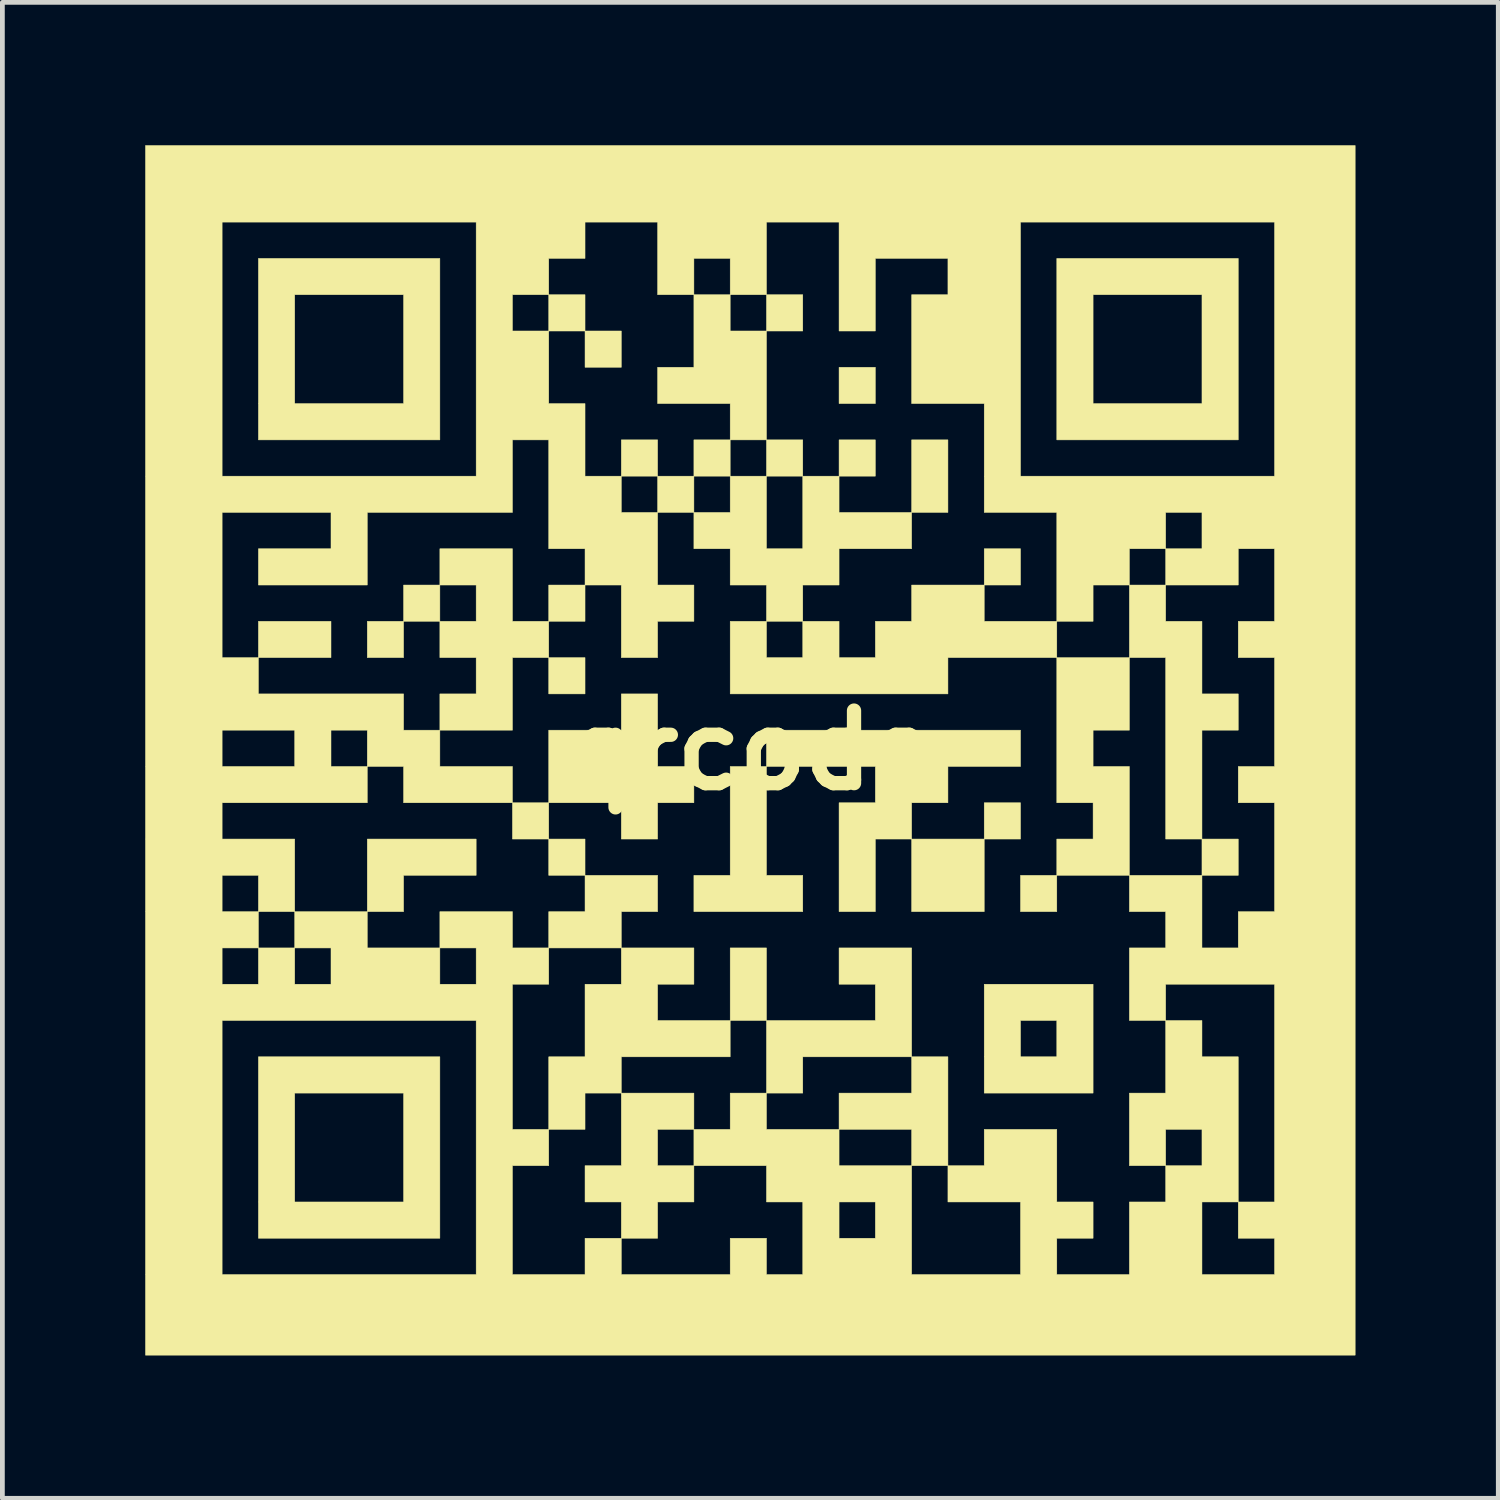
<source format=kicad_pcb>
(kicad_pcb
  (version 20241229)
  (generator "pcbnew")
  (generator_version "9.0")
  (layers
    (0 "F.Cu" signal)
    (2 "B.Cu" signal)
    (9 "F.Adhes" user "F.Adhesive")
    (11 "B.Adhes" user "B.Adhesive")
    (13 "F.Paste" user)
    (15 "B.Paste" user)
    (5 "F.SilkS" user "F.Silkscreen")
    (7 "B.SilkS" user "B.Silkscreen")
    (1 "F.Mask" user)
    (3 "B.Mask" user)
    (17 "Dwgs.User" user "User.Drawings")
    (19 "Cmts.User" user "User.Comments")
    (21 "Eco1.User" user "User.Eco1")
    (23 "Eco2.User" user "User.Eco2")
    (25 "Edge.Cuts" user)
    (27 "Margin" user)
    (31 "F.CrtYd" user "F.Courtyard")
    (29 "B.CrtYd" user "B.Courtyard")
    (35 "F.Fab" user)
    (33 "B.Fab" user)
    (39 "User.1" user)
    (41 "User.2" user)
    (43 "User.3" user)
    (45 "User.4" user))
  (footprint "qrcode"
    (layer "F.Cu")
    (at 12.705 12.705)
    (property "Reference" "qrcode" (at 0 0 0) (layer "F.SilkS") (effects (font (size 1.524 1.524) (thickness 0.3))))
    (attr through_hole)
    (fp_poly (pts (xy -8.805 -1.947) (xy -10.329 -1.947) (xy -10.329 -2.709) (xy -8.805 -2.709) (xy -8.805 -1.947)) (stroke (width 0.01) (type solid)) (fill yes) (layer "F.SilkS"))
    (fp_poly (pts (xy -7.281 -1.947) (xy -8.043 -1.947) (xy -8.043 -2.709) (xy -7.281 -2.709) (xy -7.281 -1.947)) (stroke (width 0.01) (type solid)) (fill yes) (layer "F.SilkS"))
    (fp_poly (pts (xy -4.995 1.863) (xy -4.995 1.101) (xy -4.233 1.101) (xy -4.233 1.863) (xy -4.995 1.863)) (stroke (width 0.01) (type solid)) (fill yes) (layer "F.SilkS"))
    (fp_poly (pts (xy -4.233 -8.805) (xy -4.233 -9.567) (xy -3.471 -9.567) (xy -3.471 -8.805) (xy -4.233 -8.805)) (stroke (width 0.01) (type solid)) (fill yes) (layer "F.SilkS"))
    (fp_poly (pts (xy -4.233 -3.471) (xy -3.471 -3.471) (xy -3.471 -2.709) (xy -4.233 -2.709) (xy -4.233 -3.471)) (stroke (width 0.01) (type solid)) (fill yes) (layer "F.SilkS"))
    (fp_poly (pts (xy -4.233 2.625) (xy -4.233 1.863) (xy -3.471 1.863) (xy -3.471 2.625) (xy -4.233 2.625)) (stroke (width 0.01) (type solid)) (fill yes) (layer "F.SilkS"))
    (fp_poly (pts (xy -3.471 -1.185) (xy -4.233 -1.185) (xy -4.233 -1.947) (xy -3.471 -1.947) (xy -3.471 -1.185)) (stroke (width 0.01) (type solid)) (fill yes) (layer "F.SilkS"))
    (fp_poly (pts (xy -2.709 -8.805) (xy -2.709 -8.043) (xy -3.471 -8.043) (xy -3.471 -8.805) (xy -2.709 -8.805)) (stroke (width 0.01) (type solid)) (fill yes) (layer "F.SilkS"))
    (fp_poly (pts (xy -2.709 -5.757) (xy -2.709 -6.519) (xy -1.947 -6.519) (xy -1.947 -5.757) (xy -2.709 -5.757)) (stroke (width 0.01) (type solid)) (fill yes) (layer "F.SilkS"))
    (fp_poly (pts (xy -1.947 -4.995) (xy -1.947 -5.757) (xy -1.185 -5.757) (xy -1.185 -4.995) (xy -1.947 -4.995)) (stroke (width 0.01) (type solid)) (fill yes) (layer "F.SilkS"))
    (fp_poly (pts (xy -1.185 -6.519) (xy -0.423 -6.519) (xy -0.423 -5.757) (xy -1.185 -5.757) (xy -1.185 -6.519)) (stroke (width 0.01) (type solid)) (fill yes) (layer "F.SilkS"))
    (fp_poly (pts (xy -0.423 5.673) (xy -0.423 4.149) (xy 0.339 4.149) (xy 0.339 5.673) (xy -0.423 5.673)) (stroke (width 0.01) (type solid)) (fill yes) (layer "F.SilkS"))
    (fp_poly (pts (xy 0.339 -9.567) (xy 1.101 -9.567) (xy 1.101 -8.805) (xy 0.339 -8.805) (xy 0.339 -9.567)) (stroke (width 0.01) (type solid)) (fill yes) (layer "F.SilkS"))
    (fp_poly (pts (xy 1.863 -6.519) (xy 2.625 -6.519) (xy 2.625 -5.757) (xy 1.863 -5.757) (xy 1.863 -6.519)) (stroke (width 0.01) (type solid)) (fill yes) (layer "F.SilkS"))
    (fp_poly (pts (xy 2.625 -7.281) (xy 1.863 -7.281) (xy 1.863 -8.043) (xy 2.625 -8.043) (xy 2.625 -7.281)) (stroke (width 0.01) (type solid)) (fill yes) (layer "F.SilkS"))
    (fp_poly (pts (xy 3.387 -6.519) (xy 4.149 -6.519) (xy 4.149 -4.995) (xy 3.387 -4.995) (xy 3.387 -6.519)) (stroke (width 0.01) (type solid)) (fill yes) (layer "F.SilkS"))
    (fp_poly (pts (xy 4.911 -4.233) (xy 5.673 -4.233) (xy 5.673 -3.471) (xy 4.911 -3.471) (xy 4.911 -4.233)) (stroke (width 0.01) (type solid)) (fill yes) (layer "F.SilkS"))
    (fp_poly (pts (xy 4.911 1.101) (xy 5.673 1.101) (xy 5.673 1.863) (xy 4.911 1.863) (xy 4.911 1.101)) (stroke (width 0.01) (type solid)) (fill yes) (layer "F.SilkS"))
    (fp_poly (pts (xy 4.911 3.387) (xy 3.387 3.387) (xy 3.387 1.863) (xy 4.911 1.863) (xy 4.911 3.387)) (stroke (width 0.01) (type solid)) (fill yes) (layer "F.SilkS"))
    (fp_poly (pts (xy 6.435 3.387) (xy 5.673 3.387) (xy 5.673 2.625) (xy 6.435 2.625) (xy 6.435 3.387)) (stroke (width 0.01) (type solid)) (fill yes) (layer "F.SilkS"))
    (fp_poly (pts (xy 10.245 1.863) (xy 10.245 2.625) (xy 9.483 2.625) (xy 9.483 1.863) (xy 10.245 1.863)) (stroke (width 0.01) (type solid)) (fill yes) (layer "F.SilkS"))
    (fp_poly (pts (xy -5.757 2.625) (xy -7.281 2.625) (xy -7.281 3.387) (xy -8.043 3.387) (xy -8.043 1.863) (xy -5.757 1.863) (xy -5.757 2.625)) (stroke (width 0.01) (type solid)) (fill yes) (layer "F.SilkS"))
    (fp_poly (pts (xy -4.233 4.149) (xy -4.233 3.387) (xy -3.471 3.387) (xy -3.471 2.625) (xy -1.947 2.625) (xy -1.947 3.387) (xy -2.709 3.387) (xy -2.709 4.149) (xy -4.233 4.149)) (stroke (width 0.01) (type solid)) (fill yes) (layer "F.SilkS"))
    (fp_poly (pts (xy 0.339 2.625) (xy 1.101 2.625) (xy 1.101 3.387) (xy -1.185 3.387) (xy -1.185 2.625) (xy -0.423 2.625) (xy -0.423 0.339) (xy 0.339 0.339) (xy 0.339 2.625)) (stroke (width 0.01) (type solid)) (fill yes) (layer "F.SilkS"))
    (fp_poly (pts (xy 4.149 8.721) (xy 3.387 8.721) (xy 3.387 7.959) (xy 1.863 7.959) (xy 1.863 7.197) (xy 3.387 7.197) (xy 3.387 6.435) (xy 4.149 6.435) (xy 4.149 8.721)) (stroke (width 0.01) (type solid)) (fill yes) (layer "F.SilkS"))
    (fp_poly (pts (xy 0.339 -6.519) (xy -0.423 -6.519) (xy -0.423 -7.281) (xy -1.947 -7.281) (xy -1.947 -8.043) (xy -1.185 -8.043) (xy -1.185 -9.567) (xy -0.423 -9.567) (xy -0.423 -8.805) (xy 0.339 -8.805) (xy 0.339 -6.519)) (stroke (width 0.01) (type solid)) (fill yes) (layer "F.SilkS"))
    (fp_poly (pts (xy 2.625 5.673) (xy 2.625 4.911) (xy 1.863 4.911) (xy 1.863 4.149) (xy 3.387 4.149) (xy 3.387 6.435) (xy 1.101 6.435) (xy 1.101 7.197) (xy 0.339 7.197) (xy 0.339 5.673) (xy 2.625 5.673)) (stroke (width 0.01) (type solid)) (fill yes) (layer "F.SilkS"))
    (fp_poly (pts (xy -6.519 -6.519) (xy -10.329 -6.519) (xy -10.329 -9.567) (xy -9.567 -9.567) (xy -9.567 -7.281) (xy -7.281 -7.281) (xy -7.281 -9.567) (xy -9.567 -9.567) (xy -10.329 -9.567) (xy -10.329 -10.329) (xy -6.519 -10.329) (xy -6.519 -6.519)) (stroke (width 0.01) (type solid)) (fill yes) (layer "F.SilkS"))
    (fp_poly (pts (xy -6.519 10.245) (xy -10.329 10.245) (xy -10.329 7.197) (xy -9.567 7.197) (xy -9.567 9.483) (xy -7.281 9.483) (xy -7.281 7.197) (xy -9.567 7.197) (xy -10.329 7.197) (xy -10.329 6.435) (xy -6.519 6.435) (xy -6.519 10.245)) (stroke (width 0.01) (type solid)) (fill yes) (layer "F.SilkS"))
    (fp_poly (pts (xy 7.197 7.197) (xy 4.911 7.197) (xy 4.911 5.673) (xy 5.673 5.673) (xy 5.673 6.435) (xy 6.435 6.435) (xy 6.435 5.673) (xy 5.673 5.673) (xy 4.911 5.673) (xy 4.911 4.911) (xy 7.197 4.911) (xy 7.197 7.197)) (stroke (width 0.01) (type solid)) (fill yes) (layer "F.SilkS"))
    (fp_poly (pts (xy 10.245 -6.519) (xy 6.435 -6.519) (xy 6.435 -9.567) (xy 7.197 -9.567) (xy 7.197 -7.281) (xy 9.483 -7.281) (xy 9.483 -9.567) (xy 7.197 -9.567) (xy 6.435 -9.567) (xy 6.435 -10.329) (xy 10.245 -10.329) (xy 10.245 -6.519)) (stroke (width 0.01) (type solid)) (fill yes) (layer "F.SilkS"))
    (fp_poly (pts (xy -4.233 -0.423) (xy -2.709 -0.423) (xy -2.709 -1.185) (xy -1.947 -1.185) (xy -1.947 0.339) (xy -1.185 0.339) (xy -1.185 1.101) (xy -1.947 1.101) (xy -1.947 1.863) (xy -2.709 1.863) (xy -2.709 1.101) (xy -4.233 1.101) (xy -4.233 -0.423)) (stroke (width 0.01) (type solid)) (fill yes) (layer "F.SilkS"))
    (fp_poly (pts (xy 7.959 -0.423) (xy 7.197 -0.423) (xy 7.197 0.339) (xy 7.959 0.339) (xy 7.959 2.625) (xy 6.435 2.625) (xy 6.435 1.863) (xy 7.197 1.863) (xy 7.197 1.101) (xy 6.435 1.101) (xy 6.435 -1.947) (xy 7.959 -1.947) (xy 7.959 -0.423)) (stroke (width 0.01) (type solid)) (fill yes) (layer "F.SilkS"))
    (fp_poly (pts (xy 8.721 1.863) (xy 8.721 -1.947) (xy 7.959 -1.947) (xy 7.959 -3.471) (xy 8.721 -3.471) (xy 8.721 -2.709) (xy 9.483 -2.709) (xy 9.483 -1.185) (xy 10.245 -1.185) (xy 10.245 -0.423) (xy 9.483 -0.423) (xy 9.483 1.863) (xy 8.721 1.863)) (stroke (width 0.01) (type solid)) (fill yes) (layer "F.SilkS"))
    (fp_poly (pts (xy -1.185 7.959) (xy -1.947 7.959) (xy -1.947 8.721) (xy -1.185 8.721) (xy -1.185 9.483) (xy -1.947 9.483) (xy -1.947 10.245) (xy -2.709 10.245) (xy -2.709 9.483) (xy -3.471 9.483) (xy -3.471 8.721) (xy -2.709 8.721) (xy -2.709 7.197) (xy -1.185 7.197) (xy -1.185 7.959)) (stroke (width 0.01) (type solid)) (fill yes) (layer "F.SilkS"))
    (fp_poly (pts (xy 2.625 1.863) (xy 2.625 3.387) (xy 1.863 3.387) (xy 1.863 1.101) (xy 2.625 1.101) (xy 2.625 0.339) (xy 0.339 0.339) (xy 0.339 -0.423) (xy 5.673 -0.423) (xy 5.673 0.339) (xy 4.149 0.339) (xy 4.149 1.101) (xy 3.387 1.101) (xy 3.387 1.863) (xy 2.625 1.863)) (stroke (width 0.01) (type solid)) (fill yes) (layer "F.SilkS"))
    (fp_poly (pts (xy -0.423 6.435) (xy -2.709 6.435) (xy -2.709 7.197) (xy -3.471 7.197) (xy -3.471 7.959) (xy -4.233 7.959) (xy -4.233 6.435) (xy -3.471 6.435) (xy -3.471 4.911) (xy -2.709 4.911) (xy -2.709 4.149) (xy -1.185 4.149) (xy -1.185 4.911) (xy -1.947 4.911) (xy -1.947 5.673) (xy -0.423 5.673) (xy -0.423 6.435)) (stroke (width 0.01) (type solid)) (fill yes) (layer "F.SilkS"))
    (fp_poly (pts (xy 4.911 -2.709) (xy 6.435 -2.709) (xy 6.435 -1.947) (xy 4.149 -1.947) (xy 4.149 -1.185) (xy -0.423 -1.185) (xy -0.423 -2.709) (xy 0.339 -2.709) (xy 0.339 -1.947) (xy 1.101 -1.947) (xy 1.101 -2.709) (xy 1.863 -2.709) (xy 1.863 -1.947) (xy 2.625 -1.947) (xy 2.625 -2.709) (xy 3.387 -2.709) (xy 3.387 -3.471) (xy 4.911 -3.471) (xy 4.911 -2.709)) (stroke (width 0.01) (type solid)) (fill yes) (layer "F.SilkS"))
    (fp_poly (pts (xy -4.233 -1.947) (xy -4.995 -1.947) (xy -4.995 -0.423) (xy -6.519 -0.423) (xy -6.519 -1.185) (xy -5.757 -1.185) (xy -5.757 -1.947) (xy -6.519 -1.947) (xy -6.519 -2.709) (xy -7.281 -2.709) (xy -7.281 -3.471) (xy -6.519 -3.471) (xy -6.519 -2.709) (xy -5.757 -2.709) (xy -5.757 -3.471) (xy -6.519 -3.471) (xy -6.519 -4.233) (xy -4.995 -4.233) (xy -4.995 -2.709) (xy -4.233 -2.709) (xy -4.233 -1.947)) (stroke (width 0.01) (type solid)) (fill yes) (layer "F.SilkS"))
    (fp_poly (pts (xy 1.863 -4.995) (xy 3.387 -4.995) (xy 3.387 -4.233) (xy 1.863 -4.233) (xy 1.863 -3.471) (xy 1.101 -3.471) (xy 1.101 -2.709) (xy 0.339 -2.709) (xy 0.339 -3.471) (xy -0.423 -3.471) (xy -0.423 -4.233) (xy -1.185 -4.233) (xy -1.185 -4.995) (xy -0.423 -4.995) (xy -0.423 -5.757) (xy 0.339 -5.757) (xy 0.339 -4.233) (xy 1.101 -4.233) (xy 1.101 -5.757) (xy 0.339 -5.757) (xy 0.339 -6.519) (xy 1.101 -6.519) (xy 1.101 -5.757) (xy 1.863 -5.757) (xy 1.863 -4.995)) (stroke (width 0.01) (type solid)) (fill yes) (layer "F.SilkS"))
    (fp_poly (pts (xy 12.7 12.7) (xy -12.7 12.7) (xy -12.7 5.673) (xy -11.091 5.673) (xy -11.091 11.007) (xy -5.757 11.007) (xy -5.757 5.673) (xy -11.091 5.673) (xy -12.7 5.673) (xy -12.7 4.149) (xy -11.091 4.149) (xy -11.091 4.911) (xy -10.329 4.911) (xy -10.329 4.149) (xy -9.567 4.149) (xy -9.567 4.911) (xy -8.805 4.911) (xy -6.519 4.911) (xy -5.757 4.911) (xy -5.757 4.149) (xy -6.519 4.149) (xy -6.519 4.911) (xy -8.805 4.911) (xy -8.805 4.149) (xy -9.567 4.149) (xy -9.567 3.387) (xy -10.329 3.387) (xy -10.329 4.149) (xy -11.091 4.149) (xy -12.7 4.149) (xy -12.7 2.625) (xy -11.091 2.625) (xy -11.091 3.387) (xy -10.329 3.387) (xy -10.329 2.625) (xy -11.091 2.625) (xy -12.7 2.625) (xy -12.7 1.101) (xy -11.091 1.101) (xy -11.091 1.863) (xy -9.567 1.863) (xy -9.567 3.387) (xy -8.043 3.387) (xy -8.043 4.149) (xy -6.519 4.149) (xy -6.519 3.387) (xy -4.995 3.387) (xy -4.995 4.149) (xy -4.233 4.149) (xy -4.233 4.911) (xy -4.995 4.911) (xy -4.995 7.959) (xy -4.233 7.959) (xy -4.233 8.721) (xy -4.995 8.721) (xy -4.995 11.007) (xy -3.471 11.007) (xy -3.471 10.245) (xy -2.709 10.245) (xy -2.709 11.007) (xy -0.423 11.007) (xy -0.423 10.245) (xy 0.339 10.245) (xy 0.339 11.007) (xy 1.101 11.007) (xy 1.101 9.483) (xy 1.863 9.483) (xy 1.863 10.245) (xy 2.625 10.245) (xy 2.625 9.483) (xy 1.863 9.483) (xy 1.101 9.483) (xy 0.339 9.483) (xy 0.339 8.721) (xy -1.185 8.721) (xy -1.185 7.959) (xy -0.423 7.959) (xy -0.423 7.197) (xy 0.339 7.197) (xy 0.339 7.959) (xy 1.863 7.959) (xy 1.863 8.721) (xy 3.387 8.721) (xy 3.387 11.007) (xy 5.673 11.007) (xy 5.673 9.483) (xy 4.149 9.483) (xy 4.149 8.721) (xy 4.911 8.721) (xy 4.911 7.959) (xy 6.435 7.959) (xy 6.435 9.483) (xy 7.197 9.483) (xy 7.197 10.245) (xy 6.435 10.245) (xy 6.435 11.007) (xy 7.959 11.007) (xy 7.959 9.483) (xy 8.721 9.483) (xy 9.483 9.483) (xy 9.483 11.007) (xy 11.007 11.007) (xy 11.007 10.245) (xy 10.245 10.245) (xy 10.245 9.483) (xy 9.483 9.483) (xy 8.721 9.483) (xy 8.721 8.721) (xy 7.959 8.721) (xy 7.959 7.959) (xy 8.721 7.959) (xy 8.721 8.721) (xy 9.483 8.721) (xy 9.483 7.959) (xy 8.721 7.959) (xy 7.959 7.959) (xy 7.959 7.197) (xy 8.721 7.197) (xy 8.721 5.673) (xy 7.959 5.673) (xy 7.959 4.911) (xy 8.721 4.911) (xy 8.721 5.673) (xy 9.483 5.673) (xy 9.483 6.435) (xy 10.245 6.435) (xy 10.245 9.483) (xy 11.007 9.483) (xy 11.007 4.911) (xy 8.721 4.911) (xy 7.959 4.911) (xy 7.959 4.149) (xy 8.721 4.149) (xy 8.721 3.387) (xy 7.959 3.387) (xy 7.959 2.625) (xy 9.483 2.625) (xy 9.483 4.149) (xy 10.245 4.149) (xy 10.245 3.387) (xy 11.007 3.387) (xy 11.007 1.101) (xy 10.245 1.101) (xy 10.245 0.339) (xy 11.007 0.339) (xy 11.007 -1.947) (xy 10.245 -1.947) (xy 10.245 -2.709) (xy 11.007 -2.709) (xy 11.007 -4.233) (xy 10.245 -4.233) (xy 10.245 -3.471) (xy 8.721 -3.471) (xy 8.721 -4.233) (xy 7.959 -4.233) (xy 7.959 -3.471) (xy 7.197 -3.471) (xy 7.197 -2.709) (xy 6.435 -2.709) (xy 6.435 -4.995) (xy 8.721 -4.995) (xy 8.721 -4.233) (xy 9.483 -4.233) (xy 9.483 -4.995) (xy 8.721 -4.995) (xy 6.435 -4.995) (xy 4.911 -4.995) (xy 4.911 -7.281) (xy 3.387 -7.281) (xy 3.387 -9.567) (xy 4.149 -9.567) (xy 4.149 -10.329) (xy 2.625 -10.329) (xy 2.625 -8.805) (xy 1.863 -8.805) (xy 1.863 -11.091) (xy 5.673 -11.091) (xy 5.673 -5.757) (xy 11.007 -5.757) (xy 11.007 -11.091) (xy 5.673 -11.091) (xy 1.863 -11.091) (xy 0.339 -11.091) (xy 0.339 -9.567) (xy -0.423 -9.567) (xy -0.423 -10.329) (xy -1.185 -10.329) (xy -1.185 -9.567) (xy -1.947 -9.567) (xy -1.947 -11.091) (xy -3.471 -11.091) (xy -3.471 -10.329) (xy -4.233 -10.329) (xy -4.233 -9.567) (xy -4.995 -9.567) (xy -4.995 -8.805) (xy -4.233 -8.805) (xy -4.233 -7.281) (xy -3.471 -7.281) (xy -3.471 -5.757) (xy -2.709 -5.757) (xy -2.709 -4.995) (xy -1.947 -4.995) (xy -1.947 -3.471) (xy -1.185 -3.471) (xy -1.185 -2.709) (xy -1.947 -2.709) (xy -1.947 -1.947) (xy -2.709 -1.947) (xy -2.709 -3.471) (xy -3.471 -3.471) (xy -3.471 -4.233) (xy -4.233 -4.233) (xy -4.233 -6.519) (xy -4.995 -6.519) (xy -4.995 -4.995) (xy -8.043 -4.995) (xy -8.043 -3.471) (xy -10.329 -3.471) (xy -10.329 -4.233) (xy -8.805 -4.233) (xy -8.805 -4.995) (xy -11.091 -4.995) (xy -11.091 -1.947) (xy -10.329 -1.947) (xy -10.329 -1.185) (xy -7.281 -1.185) (xy -7.281 -0.423) (xy -6.519 -0.423) (xy -6.519 0.339) (xy -4.995 0.339) (xy -4.995 1.101) (xy -7.281 1.101) (xy -7.281 0.339) (xy -8.043 0.339) (xy -8.043 1.101) (xy -11.091 1.101) (xy -12.7 1.101) (xy -12.7 -0.423) (xy -11.091 -0.423) (xy -11.091 0.339) (xy -9.567 0.339) (xy -9.567 -0.423) (xy -8.805 -0.423) (xy -8.805 0.339) (xy -8.043 0.339) (xy -8.043 -0.423) (xy -8.805 -0.423) (xy -9.567 -0.423) (xy -11.091 -0.423) (xy -12.7 -0.423) (xy -12.7 -11.091) (xy -11.091 -11.091) (xy -11.091 -5.757) (xy -5.757 -5.757) (xy -5.757 -11.091) (xy -11.091 -11.091) (xy -12.7 -11.091) (xy -12.7 -12.7) (xy 12.7 -12.7) (xy 12.7 12.7)) (stroke (width 0.01) (type solid)) (fill yes) (layer "F.SilkS")))
  (gr_rect
    (start -3 -3)
    (end 28.41 28.41)
    (stroke (width 0.1) (type default))
    (fill no)
    (layer "Edge.Cuts")))
</source>
